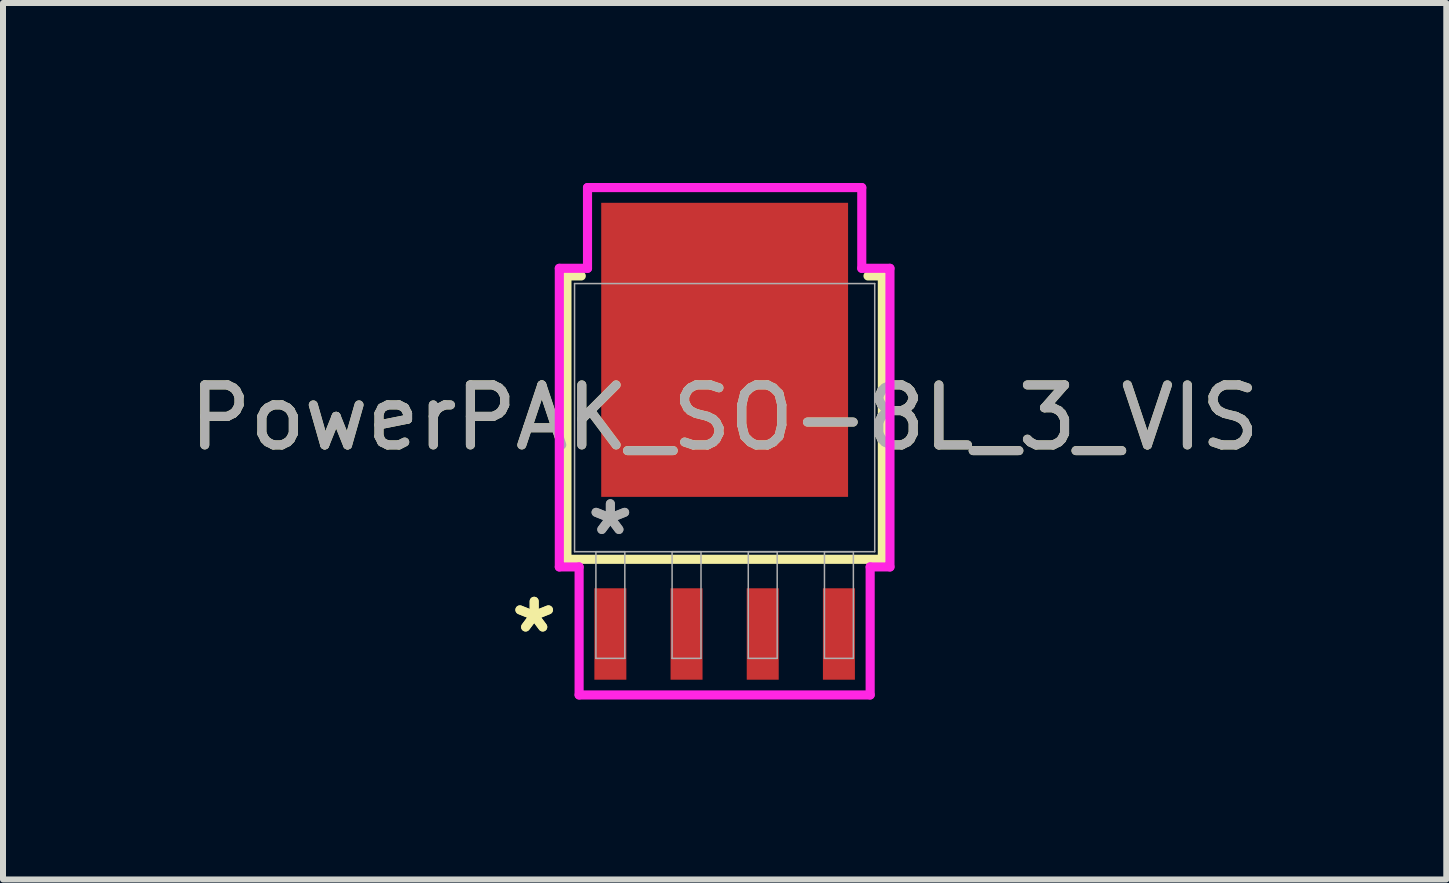
<source format=kicad_pcb>
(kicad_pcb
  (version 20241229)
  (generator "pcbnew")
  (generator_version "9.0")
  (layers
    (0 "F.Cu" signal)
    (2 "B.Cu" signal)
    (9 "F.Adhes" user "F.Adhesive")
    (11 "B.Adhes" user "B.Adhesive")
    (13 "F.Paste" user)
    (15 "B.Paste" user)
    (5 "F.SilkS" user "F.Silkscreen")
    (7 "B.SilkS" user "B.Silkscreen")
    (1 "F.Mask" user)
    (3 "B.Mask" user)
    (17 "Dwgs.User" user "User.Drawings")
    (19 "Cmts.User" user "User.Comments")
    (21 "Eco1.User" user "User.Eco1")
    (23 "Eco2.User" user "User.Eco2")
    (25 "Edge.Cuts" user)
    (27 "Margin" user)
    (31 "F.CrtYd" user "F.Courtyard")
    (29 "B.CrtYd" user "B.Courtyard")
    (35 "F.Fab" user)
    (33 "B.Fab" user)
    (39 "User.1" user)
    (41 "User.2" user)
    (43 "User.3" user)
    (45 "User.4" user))
  (footprint "PowerPAK_SO-8L_3_VIS"
    (layer "F.Cu")
    (at 9.03 3.912)
    (property "Reference" "PowerPAK_SO-8L_3_VIS" (at 0 0 0) (unlocked yes) (layer "F.SilkS") (effects (font (size 1 1) (thickness 0.15))))
    (attr smd)
    (fp_line (start -2.629 -2.362) (end -2.629 2.362) (stroke (width 0.152) (type solid)) (layer "F.SilkS"))
    (fp_line (start -2.629 2.362) (end 2.629 2.362) (stroke (width 0.152) (type solid)) (layer "F.SilkS"))
    (fp_line (start -2.39 -2.362) (end -2.629 -2.362) (stroke (width 0.152) (type solid)) (layer "F.SilkS"))
    (fp_line (start 2.629 -2.362) (end 2.39 -2.362) (stroke (width 0.152) (type solid)) (layer "F.SilkS"))
    (fp_line (start 2.629 2.362) (end 2.629 -2.362) (stroke (width 0.152) (type solid)) (layer "F.SilkS"))
    (fp_line (start -2.756 -2.489) (end -2.286 -2.489) (stroke (width 0.152) (type solid)) (layer "F.CrtYd"))
    (fp_line (start -2.756 2.489) (end -2.756 -2.489) (stroke (width 0.152) (type solid)) (layer "F.CrtYd"))
    (fp_line (start -2.426 2.489) (end -2.756 2.489) (stroke (width 0.152) (type solid)) (layer "F.CrtYd"))
    (fp_line (start -2.426 4.623) (end -2.426 2.489) (stroke (width 0.152) (type solid)) (layer "F.CrtYd"))
    (fp_line (start -2.286 -3.835) (end 2.286 -3.835) (stroke (width 0.152) (type solid)) (layer "F.CrtYd"))
    (fp_line (start -2.286 -2.489) (end -2.286 -3.835) (stroke (width 0.152) (type solid)) (layer "F.CrtYd"))
    (fp_line (start 2.286 -3.835) (end 2.286 -2.489) (stroke (width 0.152) (type solid)) (layer "F.CrtYd"))
    (fp_line (start 2.286 -2.489) (end 2.756 -2.489) (stroke (width 0.152) (type solid)) (layer "F.CrtYd"))
    (fp_line (start 2.426 2.489) (end 2.426 4.623) (stroke (width 0.152) (type solid)) (layer "F.CrtYd"))
    (fp_line (start 2.426 4.623) (end -2.426 4.623) (stroke (width 0.152) (type solid)) (layer "F.CrtYd"))
    (fp_line (start 2.756 -2.489) (end 2.756 2.489) (stroke (width 0.152) (type solid)) (layer "F.CrtYd"))
    (fp_line (start 2.756 2.489) (end 2.426 2.489) (stroke (width 0.152) (type solid)) (layer "F.CrtYd"))
    (fp_line (start -2.502 -2.235) (end -2.502 2.235) (stroke (width 0.025) (type solid)) (layer "F.Fab"))
    (fp_line (start -2.502 2.235) (end 2.502 2.235) (stroke (width 0.025) (type solid)) (layer "F.Fab"))
    (fp_line (start -2.146 2.235) (end -2.146 4.013) (stroke (width 0.025) (type solid)) (layer "F.Fab"))
    (fp_line (start -2.146 4.013) (end -1.664 4.013) (stroke (width 0.025) (type solid)) (layer "F.Fab"))
    (fp_line (start -1.664 2.235) (end -2.146 2.235) (stroke (width 0.025) (type solid)) (layer "F.Fab"))
    (fp_line (start -1.664 4.013) (end -1.664 2.235) (stroke (width 0.025) (type solid)) (layer "F.Fab"))
    (fp_line (start -0.876 2.235) (end -0.876 4.013) (stroke (width 0.025) (type solid)) (layer "F.Fab"))
    (fp_line (start -0.876 4.013) (end -0.394 4.013) (stroke (width 0.025) (type solid)) (layer "F.Fab"))
    (fp_line (start -0.394 2.235) (end -0.876 2.235) (stroke (width 0.025) (type solid)) (layer "F.Fab"))
    (fp_line (start -0.394 4.013) (end -0.394 2.235) (stroke (width 0.025) (type solid)) (layer "F.Fab"))
    (fp_line (start 0.394 2.235) (end 0.394 4.013) (stroke (width 0.025) (type solid)) (layer "F.Fab"))
    (fp_line (start 0.394 4.013) (end 0.876 4.013) (stroke (width 0.025) (type solid)) (layer "F.Fab"))
    (fp_line (start 0.876 2.235) (end 0.394 2.235) (stroke (width 0.025) (type solid)) (layer "F.Fab"))
    (fp_line (start 0.876 4.013) (end 0.876 2.235) (stroke (width 0.025) (type solid)) (layer "F.Fab"))
    (fp_line (start 1.664 2.235) (end 1.664 4.013) (stroke (width 0.025) (type solid)) (layer "F.Fab"))
    (fp_line (start 1.664 4.013) (end 2.146 4.013) (stroke (width 0.025) (type solid)) (layer "F.Fab"))
    (fp_line (start 2.146 2.235) (end 1.664 2.235) (stroke (width 0.025) (type solid)) (layer "F.Fab"))
    (fp_line (start 2.146 4.013) (end 2.146 2.235) (stroke (width 0.025) (type solid)) (layer "F.Fab"))
    (fp_line (start 2.502 -2.235) (end -2.502 -2.235) (stroke (width 0.025) (type solid)) (layer "F.Fab"))
    (fp_line (start 2.502 2.235) (end 2.502 -2.235) (stroke (width 0.025) (type solid)) (layer "F.Fab"))
    (fp_text user "*" (at -3.175 3.607 0) (layer "F.SilkS") (effects (font (size 1 1) (thickness 0.15))))
    (fp_text user "*" (at -3.175 3.607 0) (unlocked yes) (layer "F.SilkS") (effects (font (size 1 1) (thickness 0.15))))
    (fp_text user "*" (at -1.905 1.981 0) (layer "F.Fab") (effects (font (size 1 1) (thickness 0.15))))
    (fp_text user "*" (at -1.905 1.981 0) (unlocked yes) (layer "F.Fab") (effects (font (size 1 1) (thickness 0.15))))
    (fp_text user "${REFERENCE}" (at 0 0 0) (unlocked yes) (layer "F.Fab") (effects (font (size 1 1) (thickness 0.15))))
    (pad "1" smd rect (at -1.905 3.607) (size 0.533 1.524) (layers "F.Cu" "F.Mask" "F.Paste"))
    (pad "2" smd rect (at -0.635 3.607) (size 0.533 1.524) (layers "F.Cu" "F.Mask" "F.Paste"))
    (pad "3" smd rect (at 0.635 3.607) (size 0.533 1.524) (layers "F.Cu" "F.Mask" "F.Paste"))
    (pad "4" smd rect (at 1.905 3.607) (size 0.533 1.524) (layers "F.Cu" "F.Mask" "F.Paste"))
    (pad "5" smd rect (at 0 -1.13) (size 4.115 4.902) (layers "F.Cu" "F.Mask" "F.Paste")))
  (gr_rect
    (start -3 -3)
    (end 21.06 11.611)
    (stroke (width 0.1) (type default))
    (fill no)
    (layer "Edge.Cuts")))
</source>
